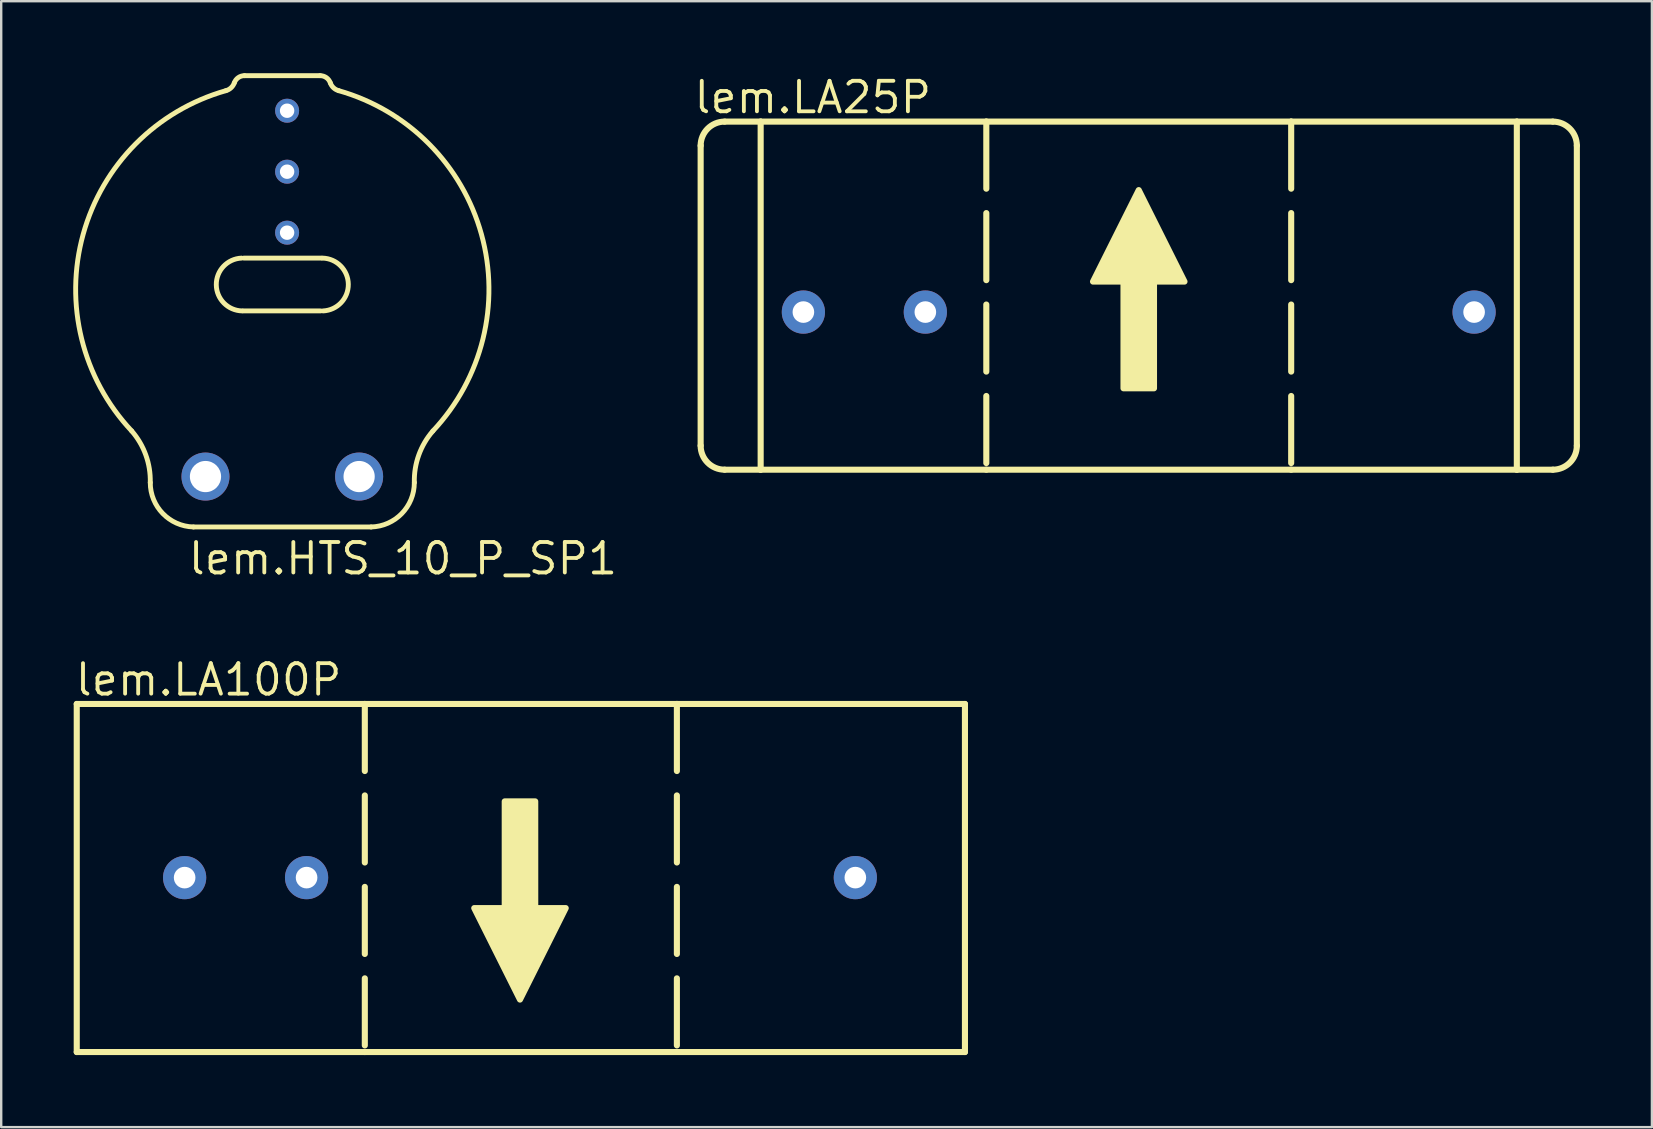
<source format=kicad_pcb>
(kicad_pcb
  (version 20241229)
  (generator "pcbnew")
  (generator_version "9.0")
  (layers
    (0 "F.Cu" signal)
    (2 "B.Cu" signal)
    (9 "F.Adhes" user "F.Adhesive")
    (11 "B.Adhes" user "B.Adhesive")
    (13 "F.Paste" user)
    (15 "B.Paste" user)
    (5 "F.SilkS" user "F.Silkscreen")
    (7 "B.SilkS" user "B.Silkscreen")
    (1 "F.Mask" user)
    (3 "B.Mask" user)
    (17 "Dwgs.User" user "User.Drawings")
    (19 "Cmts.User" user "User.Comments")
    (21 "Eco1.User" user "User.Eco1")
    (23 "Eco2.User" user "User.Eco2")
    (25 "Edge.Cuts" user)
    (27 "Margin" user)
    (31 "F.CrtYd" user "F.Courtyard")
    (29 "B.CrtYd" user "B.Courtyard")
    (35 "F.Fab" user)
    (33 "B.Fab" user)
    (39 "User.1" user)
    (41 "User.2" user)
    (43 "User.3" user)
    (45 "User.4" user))
  (footprint "lem.LA100P"
    (layer "F.Cu")
    (at 18.611 33.509)
    (property "Reference" "lem.LA100P" (at -18.611 -7.5 0) (layer "F.SilkS") (effects (font (size 1.27 1.27) (thickness 0.16)) (justify left bottom)))
    (attr through_hole)
    (fp_line (start -18.464 -7.234) (end -18.464 7.266) (stroke (width 0.254) (type default)) (layer "F.SilkS"))
    (fp_line (start -18.464 7.266) (end -6.464 7.266) (stroke (width 0.254) (type default)) (layer "F.SilkS"))
    (fp_line (start -6.464 -7.234) (end -18.464 -7.234) (stroke (width 0.254) (type default)) (layer "F.SilkS"))
    (fp_line (start -6.464 -7.234) (end -6.464 7.266) (stroke (width 0.254) (type dash)) (layer "F.SilkS"))
    (fp_line (start -6.464 7.266) (end 18.536 7.266) (stroke (width 0.254) (type default)) (layer "F.SilkS"))
    (fp_line (start 6.536 -7.234) (end -6.464 -7.234) (stroke (width 0.254) (type default)) (layer "F.SilkS"))
    (fp_line (start 6.536 -7.234) (end 6.536 7.266) (stroke (width 0.254) (type dash)) (layer "F.SilkS"))
    (fp_line (start 18.536 -7.234) (end 6.536 -7.234) (stroke (width 0.254) (type default)) (layer "F.SilkS"))
    (fp_line (start 18.536 7.266) (end 18.536 -7.234) (stroke (width 0.254) (type default)) (layer "F.SilkS"))
    (fp_poly (pts (xy 0 5.08) (xy -1.905 1.27) (xy -0.635 1.27) (xy -0.635 -3.175) (xy 0.635 -3.175) (xy 0.635 1.27) (xy 1.905 1.27)) (stroke (width 0.254) (type default)) (fill yes) (layer "F.SilkS"))
    (pad "M" thru_hole circle (at -13.97 0) (size 1.8 1.8) (drill 0.9) (layers "*.Cu" "*.Mask"))
    (pad "V+" thru_hole circle (at 13.97 0) (size 1.8 1.8) (drill 0.9) (layers "*.Cu" "*.Mask"))
    (pad "V-" thru_hole circle (at -8.89 0) (size 1.8 1.8) (drill 0.9) (layers "*.Cu" "*.Mask")))
  (footprint "lem.LA25P"
    (layer "F.Cu")
    (at 44.387 9.95)
    (property "Reference" "lem.LA25P" (at -18.611 -8.2 0) (layer "F.SilkS") (effects (font (size 1.27 1.27) (thickness 0.16)) (justify left bottom)))
    (attr through_hole)
    (fp_line (start -18.25 -6.934) (end -18.25 5.566) (stroke (width 0.254) (type default)) (layer "F.SilkS"))
    (fp_line (start -17.25 6.566) (end -15.75 6.566) (stroke (width 0.254) (type default)) (layer "F.SilkS"))
    (fp_line (start -15.75 -7.934) (end -17.25 -7.934) (stroke (width 0.254) (type default)) (layer "F.SilkS"))
    (fp_line (start -15.75 -7.934) (end -15.75 6.566) (stroke (width 0.254) (type default)) (layer "F.SilkS"))
    (fp_line (start -15.75 6.566) (end -6.35 6.566) (stroke (width 0.254) (type default)) (layer "F.SilkS"))
    (fp_line (start -6.35 -7.934) (end -15.75 -7.934) (stroke (width 0.254) (type default)) (layer "F.SilkS"))
    (fp_line (start -6.35 -7.934) (end -6.35 6.566) (stroke (width 0.254) (type dash)) (layer "F.SilkS"))
    (fp_line (start -6.35 6.566) (end 6.35 6.566) (stroke (width 0.254) (type default)) (layer "F.SilkS"))
    (fp_line (start 6.35 -7.934) (end -6.35 -7.934) (stroke (width 0.254) (type default)) (layer "F.SilkS"))
    (fp_line (start 6.35 -7.934) (end 6.35 6.566) (stroke (width 0.254) (type dash)) (layer "F.SilkS"))
    (fp_line (start 6.35 6.566) (end 15.75 6.566) (stroke (width 0.254) (type default)) (layer "F.SilkS"))
    (fp_line (start 15.75 -7.934) (end 6.35 -7.934) (stroke (width 0.254) (type default)) (layer "F.SilkS"))
    (fp_line (start 15.75 6.566) (end 15.75 -7.934) (stroke (width 0.254) (type default)) (layer "F.SilkS"))
    (fp_line (start 15.75 6.566) (end 17.25 6.566) (stroke (width 0.254) (type default)) (layer "F.SilkS"))
    (fp_line (start 17.25 -7.934) (end 15.75 -7.934) (stroke (width 0.254) (type default)) (layer "F.SilkS"))
    (fp_line (start 18.25 5.566) (end 18.25 -6.934) (stroke (width 0.254) (type default)) (layer "F.SilkS"))
    (fp_arc (start -18.25 -6.934) (mid -17.957107 -7.641107) (end -17.25 -7.934) (stroke (width 0.254) (type default)) (layer "F.SilkS"))
    (fp_arc (start -17.25 6.566) (mid -17.957107 6.273107) (end -18.25 5.566) (stroke (width 0.254) (type default)) (layer "F.SilkS"))
    (fp_arc (start 17.25 -7.934) (mid 17.957107 -7.641107) (end 18.25 -6.934) (stroke (width 0.254) (type default)) (layer "F.SilkS"))
    (fp_arc (start 18.25 5.566) (mid 17.957107 6.273107) (end 17.25 6.566) (stroke (width 0.254) (type default)) (layer "F.SilkS"))
    (fp_poly (pts (xy 0 -5.08) (xy 1.905 -1.27) (xy 0.635 -1.27) (xy 0.635 3.175) (xy -0.635 3.175) (xy -0.635 -1.27) (xy -1.905 -1.27)) (stroke (width 0.254) (type default)) (fill yes) (layer "F.SilkS"))
    (pad "M" thru_hole circle (at -13.97 0) (size 1.8 1.8) (drill 0.9) (layers "*.Cu" "*.Mask"))
    (pad "V+" thru_hole circle (at 13.97 0) (size 1.8 1.8) (drill 0.9) (layers "*.Cu" "*.Mask"))
    (pad "V-" thru_hole circle (at -8.89 0) (size 1.8 1.8) (drill 0.9) (layers "*.Cu" "*.Mask")))
  (footprint "lem.HTS_10_P_SP1"
    (layer "F.Cu")
    (at 8.71 9.002)
    (property "Reference" "lem.HTS_10_P_SP1" (at -4 11.96 0) (layer "F.SilkS") (effects (font (size 1.27 1.27) (thickness 0.16)) (justify left bottom)))
    (attr through_hole)
    (fp_line (start -3.7 9.9) (end 3.7 9.9) (stroke (width 0.203) (type default)) (layer "F.SilkS"))
    (fp_line (start -1.6 -1.3) (end 1.625 -1.3) (stroke (width 0.203) (type default)) (layer "F.SilkS"))
    (fp_line (start 1.575 -8.9) (end -1.575 -8.9) (stroke (width 0.203) (type default)) (layer "F.SilkS"))
    (fp_line (start 1.6 0.9) (end -1.625 0.9) (stroke (width 0.203) (type default)) (layer "F.SilkS"))
    (fp_arc (start -6.275 5.9) (mid -5.685945 6.902347) (end -5.5 8.05) (stroke (width 0.2032) (type default)) (layer "F.SilkS"))
    (fp_arc (start -6.275 5.9) (mid -8.296019 -2.29052) (end -2.35 -8.275) (stroke (width 0.2032) (type default)) (layer "F.SilkS"))
    (fp_arc (start -3.7 9.9) (mid -4.976824 9.341639) (end -5.5 8.05) (stroke (width 0.2032) (type default)) (layer "F.SilkS"))
    (fp_arc (start -2 -8.6) (mid -2.134848 -8.394259) (end -2.35 -8.275) (stroke (width 0.2032) (type default)) (layer "F.SilkS"))
    (fp_arc (start -2 -8.6) (mid -1.835399 -8.817857) (end -1.575 -8.9) (stroke (width 0.2032) (type default)) (layer "F.SilkS"))
    (fp_arc (start -1.6742 0.9) (mid -2.750226 -0.187915) (end -1.6992 -1.3) (stroke (width 0.2032) (type default)) (layer "F.SilkS"))
    (fp_arc (start 1.575 -8.9) (mid 1.835399 -8.817857) (end 2 -8.6) (stroke (width 0.2032) (type default)) (layer "F.SilkS"))
    (fp_arc (start 1.6742 -1.3) (mid 2.750226 -0.212085) (end 1.6992 0.9) (stroke (width 0.2032) (type default)) (layer "F.SilkS"))
    (fp_arc (start 2.35 -8.275) (mid 2.134848 -8.394259) (end 2 -8.6) (stroke (width 0.2032) (type default)) (layer "F.SilkS"))
    (fp_arc (start 2.35 -8.275) (mid 8.296019 -2.29052) (end 6.275 5.9) (stroke (width 0.2032) (type default)) (layer "F.SilkS"))
    (fp_arc (start 5.5 8.05) (mid 4.976824 9.341639) (end 3.7 9.9) (stroke (width 0.2032) (type default)) (layer "F.SilkS"))
    (fp_arc (start 5.5 8.05) (mid 5.685945 6.902347) (end 6.275 5.9) (stroke (width 0.2032) (type default)) (layer "F.SilkS"))
    (pad "0V" thru_hole circle (at 0.2 -4.9 180) (size 1 1) (drill 0.6) (layers "*.Cu" "*.Mask"))
    (pad "I+" thru_hole circle (at 3.2 7.8) (size 2 2) (drill 1.3) (layers "*.Cu" "*.Mask"))
    (pad "I-" thru_hole circle (at -3.2 7.8) (size 2 2) (drill 1.3) (layers "*.Cu" "*.Mask"))
    (pad "V+" thru_hole circle (at 0.2 -7.44 180) (size 1 1) (drill 0.6) (layers "*.Cu" "*.Mask"))
    (pad "VOUT" thru_hole circle (at 0.2 -2.36 180) (size 1 1) (drill 0.6) (layers "*.Cu" "*.Mask")))
  (gr_rect
    (start -3 -3)
    (end 65.764 43.902)
    (stroke (width 0.1) (type default))
    (fill no)
    (layer "Edge.Cuts")))
</source>
